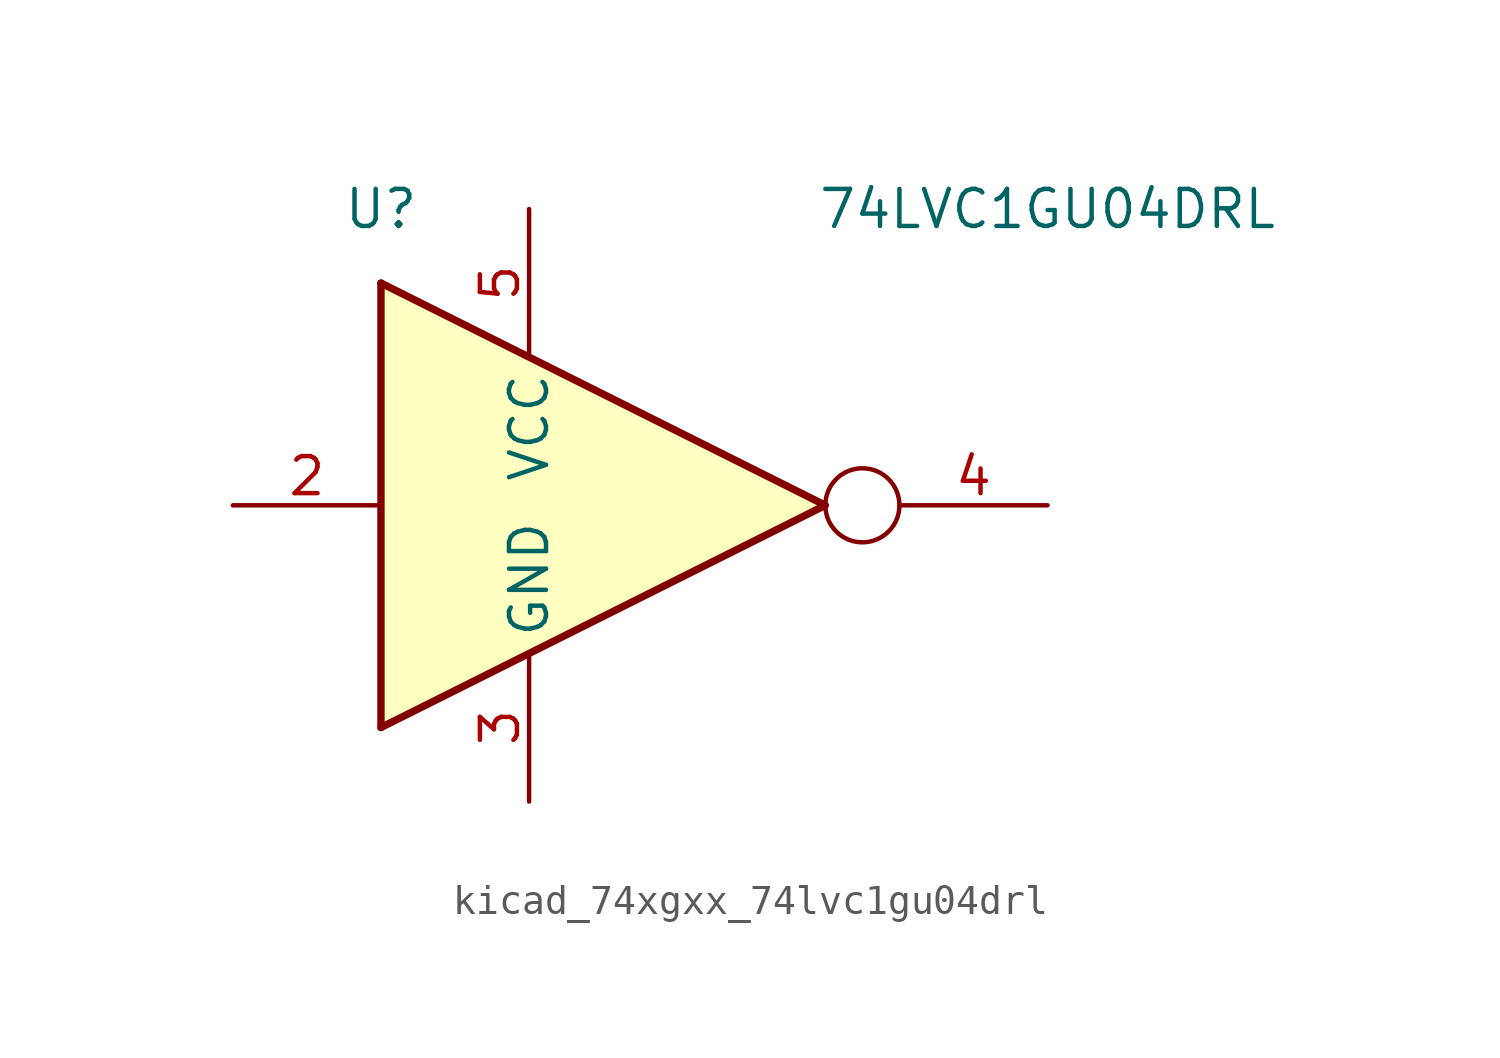
<source format=kicad_sym>
(kicad_symbol_lib
  (version 20220914)
  (generator kicad_symbol_editor)
  (symbol "kicad_74xgxx_74lvc1gu04drl"
    (property "Reference" "U"
      (at -5.08 10.16 0)
      (effects (font (size 1.27 1.27))))
    (property "Value" "74LVC1GU04DRL"
      (at 17.78 10.16 0)
      (effects (font (size 1.27 1.27))))
    (symbol "kicad_74xgxx_74lvc1gu04drl_0_1"
      (rectangle (start -5.08 7.62) (end -5.08 -7.62) (stroke (width 0.254) (type default)) (fill (type background)))
      (polyline (pts (xy -5.08 -7.62) (xy 10.16 0) (xy -5.08 7.62)) (stroke (width 0.254) (type default)) (fill (type background)))
      (circle (center 11.43 0) (radius 1.27) (stroke (width 0) (type default)) (fill (type none))))
    (symbol "kicad_74xgxx_74lvc1gu04drl_1_1"
      (pin no_connect line (at 10.16 0 180) (length 5.08) hide (name "NC" (effects (font (size 1.27 1.27)))) (number "1" (effects (font (size 1.27 1.27)))))
      (pin input line (at -10.16 0 0) (length 5.08) (name "~" (effects (font (size 1.27 1.27)))) (number "2" (effects (font (size 1.27 1.27)))))
      (pin power_in line (at 0 -10.16 90) (length 5.08) (name "GND" (effects (font (size 1.27 1.27)))) (number "3" (effects (font (size 1.27 1.27)))))
      (pin output line (at 17.78 0 180) (length 5.08) (name "~" (effects (font (size 1.27 1.27)))) (number "4" (effects (font (size 1.27 1.27)))))
      (pin power_in line (at 0 10.16 270) (length 5.08) (name "VCC" (effects (font (size 1.27 1.27)))) (number "5" (effects (font (size 1.27 1.27))))))))
</source>
